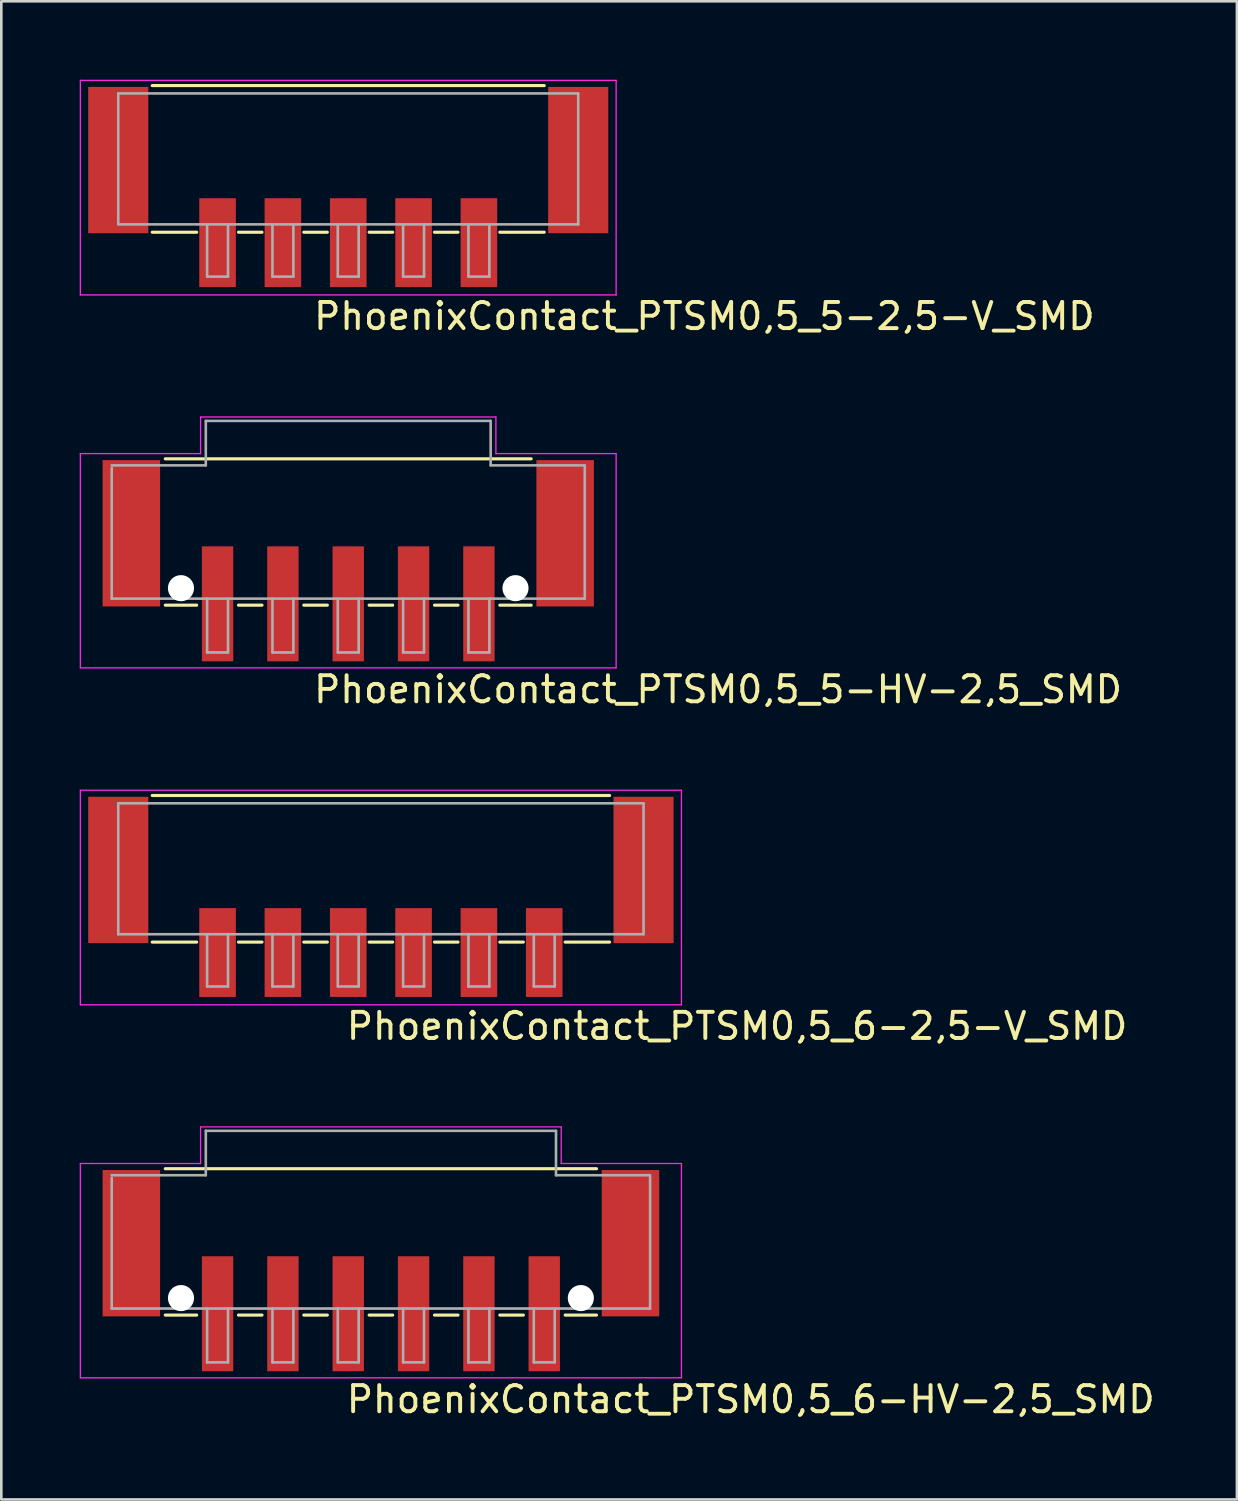
<source format=kicad_pcb>
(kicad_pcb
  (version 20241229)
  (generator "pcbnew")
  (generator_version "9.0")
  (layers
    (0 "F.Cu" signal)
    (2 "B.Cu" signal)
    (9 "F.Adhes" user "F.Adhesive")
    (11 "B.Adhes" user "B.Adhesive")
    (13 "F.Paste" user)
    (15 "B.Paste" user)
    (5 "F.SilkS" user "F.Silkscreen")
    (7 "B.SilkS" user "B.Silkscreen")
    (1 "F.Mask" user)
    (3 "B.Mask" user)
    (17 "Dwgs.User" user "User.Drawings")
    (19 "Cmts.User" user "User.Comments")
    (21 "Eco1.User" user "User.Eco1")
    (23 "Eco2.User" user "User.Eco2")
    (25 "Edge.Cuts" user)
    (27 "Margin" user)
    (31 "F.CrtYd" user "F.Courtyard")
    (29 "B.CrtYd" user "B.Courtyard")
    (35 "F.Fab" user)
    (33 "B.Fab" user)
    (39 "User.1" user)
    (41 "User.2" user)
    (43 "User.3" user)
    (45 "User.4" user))
  (footprint "PhoenixContact_PTSM0,5_5-HV-2,5_SMD"
    (layer "F.Cu")
    (at 10.275 18.706)
    (property "Reference" "PhoenixContact_PTSM0,5_5-HV-2,5_SMD" (at -1.4 5.21 0) (layer "F.SilkS") (effects (font (size 1 1) (thickness 0.15)) (justify left bottom)))
    (attr smd)
    (fp_line (start -7 -4.2) (end 7 -4.2) (stroke (width 0.12) (type solid)) (layer "F.SilkS"))
    (fp_line (start -5.8 1.4) (end -7 1.4) (stroke (width 0.12) (type solid)) (layer "F.SilkS"))
    (fp_line (start -3.3 1.4) (end -4.2 1.4) (stroke (width 0.12) (type solid)) (layer "F.SilkS"))
    (fp_line (start -0.8 1.4) (end -1.7 1.4) (stroke (width 0.12) (type solid)) (layer "F.SilkS"))
    (fp_line (start 1.7 1.4) (end 0.8 1.4) (stroke (width 0.12) (type solid)) (layer "F.SilkS"))
    (fp_line (start 4.2 1.4) (end 3.3 1.4) (stroke (width 0.12) (type solid)) (layer "F.SilkS"))
    (fp_line (start 7 1.4) (end 5.8 1.4) (stroke (width 0.12) (type solid)) (layer "F.SilkS"))
    (fp_line (start -10.25 -4.4) (end -5.65 -4.4) (stroke (width 0.05) (type solid)) (layer "F.CrtYd"))
    (fp_line (start -10.25 3.8) (end -10.25 -4.4) (stroke (width 0.05) (type solid)) (layer "F.CrtYd"))
    (fp_line (start -5.65 -5.8) (end 5.65 -5.8) (stroke (width 0.05) (type solid)) (layer "F.CrtYd"))
    (fp_line (start -5.65 -4.4) (end -5.65 -5.8) (stroke (width 0.05) (type solid)) (layer "F.CrtYd"))
    (fp_line (start 5.65 -4.4) (end 5.65 -5.8) (stroke (width 0.05) (type solid)) (layer "F.CrtYd"))
    (fp_line (start 10.25 -4.4) (end 5.65 -4.4) (stroke (width 0.05) (type solid)) (layer "F.CrtYd"))
    (fp_line (start 10.25 -4.4) (end 10.25 3.8) (stroke (width 0.05) (type solid)) (layer "F.CrtYd"))
    (fp_line (start 10.25 3.8) (end -10.25 3.8) (stroke (width 0.05) (type solid)) (layer "F.CrtYd"))
    (fp_line (start -9.05 -3.95) (end -5.45 -3.95) (stroke (width 0.1) (type solid)) (layer "F.Fab"))
    (fp_line (start -9.05 1.15) (end -9.05 -3.85) (stroke (width 0.1) (type solid)) (layer "F.Fab"))
    (fp_line (start -5.45 -5.65) (end 5.45 -5.65) (stroke (width 0.1) (type solid)) (layer "F.Fab"))
    (fp_line (start -5.45 -3.95) (end -5.45 -5.65) (stroke (width 0.1) (type solid)) (layer "F.Fab"))
    (fp_line (start -5.4 1.15) (end -5.4 3.21) (stroke (width 0.1) (type solid)) (layer "F.Fab"))
    (fp_line (start -5.4 3.21) (end -4.6 3.21) (stroke (width 0.1) (type solid)) (layer "F.Fab"))
    (fp_line (start -4.6 1.15) (end -4.6 3.21) (stroke (width 0.1) (type solid)) (layer "F.Fab"))
    (fp_line (start -2.9 1.15) (end -2.9 3.21) (stroke (width 0.1) (type solid)) (layer "F.Fab"))
    (fp_line (start -2.9 3.21) (end -2.1 3.21) (stroke (width 0.1) (type solid)) (layer "F.Fab"))
    (fp_line (start -2.1 1.15) (end -2.1 3.21) (stroke (width 0.1) (type solid)) (layer "F.Fab"))
    (fp_line (start -0.4 1.15) (end -0.4 3.21) (stroke (width 0.1) (type solid)) (layer "F.Fab"))
    (fp_line (start -0.4 3.21) (end 0.4 3.21) (stroke (width 0.1) (type solid)) (layer "F.Fab"))
    (fp_line (start 0.4 1.15) (end 0.4 3.21) (stroke (width 0.1) (type solid)) (layer "F.Fab"))
    (fp_line (start 2.1 1.15) (end 2.1 3.21) (stroke (width 0.1) (type solid)) (layer "F.Fab"))
    (fp_line (start 2.1 3.21) (end 2.9 3.21) (stroke (width 0.1) (type solid)) (layer "F.Fab"))
    (fp_line (start 2.9 1.15) (end 2.9 3.21) (stroke (width 0.1) (type solid)) (layer "F.Fab"))
    (fp_line (start 4.6 1.15) (end 4.6 3.21) (stroke (width 0.1) (type solid)) (layer "F.Fab"))
    (fp_line (start 4.6 3.21) (end 5.4 3.21) (stroke (width 0.1) (type solid)) (layer "F.Fab"))
    (fp_line (start 5.4 1.15) (end 5.4 3.21) (stroke (width 0.1) (type solid)) (layer "F.Fab"))
    (fp_line (start 5.45 -5.65) (end 5.45 -3.95) (stroke (width 0.1) (type solid)) (layer "F.Fab"))
    (fp_line (start 5.45 -3.95) (end 9.05 -3.95) (stroke (width 0.1) (type solid)) (layer "F.Fab"))
    (fp_line (start 9.05 1.15) (end -9.05 1.15) (stroke (width 0.1) (type solid)) (layer "F.Fab"))
    (fp_line (start 9.05 1.15) (end 9.05 -3.9) (stroke (width 0.1) (type solid)) (layer "F.Fab"))
    (pad "" smd rect (at -8.3 -1.35 180) (size 2.2 5.6) (layers "F.Cu" "F.Mask" "F.Paste"))
    (pad "" np_thru_hole circle (at -6.4 0.75) (size 1 1) (drill 1) (layers "*.Cu" "*.Mask"))
    (pad "" np_thru_hole circle (at 6.4 0.75) (size 1 1) (drill 1) (layers "*.Cu" "*.Mask"))
    (pad "" smd rect (at 8.3 -1.35 180) (size 2.2 5.6) (layers "F.Cu" "F.Mask" "F.Paste"))
    (pad "1" smd rect (at -5 1.35 180) (size 1.2 4.4) (layers "F.Cu" "F.Mask" "F.Paste"))
    (pad "2" smd rect (at -2.5 1.35 180) (size 1.2 4.4) (layers "F.Cu" "F.Mask" "F.Paste"))
    (pad "3" smd rect (at 0 1.35 180) (size 1.2 4.4) (layers "F.Cu" "F.Mask" "F.Paste"))
    (pad "4" smd rect (at 2.5 1.35 180) (size 1.2 4.4) (layers "F.Cu" "F.Mask" "F.Paste"))
    (pad "5" smd rect (at 5 1.35 180) (size 1.2 4.4) (layers "F.Cu" "F.Mask" "F.Paste")))
  (footprint "PhoenixContact_PTSM0,5_5-2,5-V_SMD"
    (layer "F.Cu")
    (at 10.275 4.655)
    (property "Reference" "PhoenixContact_PTSM0,5_5-2,5-V_SMD" (at -1.4 4.98 0) (layer "F.SilkS") (effects (font (size 1 1) (thickness 0.15)) (justify left bottom)))
    (attr smd)
    (fp_line (start -7.5 -4.43) (end 7.5 -4.43) (stroke (width 0.12) (type solid)) (layer "F.SilkS"))
    (fp_line (start -5.8 1.18) (end -7.5 1.18) (stroke (width 0.12) (type solid)) (layer "F.SilkS"))
    (fp_line (start -3.3 1.18) (end -4.2 1.18) (stroke (width 0.12) (type solid)) (layer "F.SilkS"))
    (fp_line (start -0.8 1.18) (end -1.7 1.18) (stroke (width 0.12) (type solid)) (layer "F.SilkS"))
    (fp_line (start 1.7 1.18) (end 0.8 1.18) (stroke (width 0.12) (type solid)) (layer "F.SilkS"))
    (fp_line (start 4.2 1.18) (end 3.3 1.18) (stroke (width 0.12) (type solid)) (layer "F.SilkS"))
    (fp_line (start 7.5 1.18) (end 5.8 1.18) (stroke (width 0.12) (type solid)) (layer "F.SilkS"))
    (fp_line (start -10.25 -4.63) (end 10.25 -4.63) (stroke (width 0.05) (type solid)) (layer "F.CrtYd"))
    (fp_line (start -10.25 3.58) (end -10.25 -4.63) (stroke (width 0.05) (type solid)) (layer "F.CrtYd"))
    (fp_line (start 10.25 -4.63) (end 10.25 3.58) (stroke (width 0.05) (type solid)) (layer "F.CrtYd"))
    (fp_line (start 10.25 3.58) (end -10.25 3.58) (stroke (width 0.05) (type solid)) (layer "F.CrtYd"))
    (fp_line (start -8.8 -4.13) (end 8.8 -4.13) (stroke (width 0.1) (type solid)) (layer "F.Fab"))
    (fp_line (start -8.8 0.88) (end -8.8 -4.13) (stroke (width 0.1) (type solid)) (layer "F.Fab"))
    (fp_line (start -5.4 0.88) (end -5.4 2.88) (stroke (width 0.1) (type solid)) (layer "F.Fab"))
    (fp_line (start -5.4 2.88) (end -4.6 2.88) (stroke (width 0.1) (type solid)) (layer "F.Fab"))
    (fp_line (start -4.6 0.88) (end -4.6 2.88) (stroke (width 0.1) (type solid)) (layer "F.Fab"))
    (fp_line (start -2.9 0.88) (end -2.9 2.88) (stroke (width 0.1) (type solid)) (layer "F.Fab"))
    (fp_line (start -2.9 2.88) (end -2.1 2.88) (stroke (width 0.1) (type solid)) (layer "F.Fab"))
    (fp_line (start -2.1 0.88) (end -2.1 2.88) (stroke (width 0.1) (type solid)) (layer "F.Fab"))
    (fp_line (start -0.4 0.88) (end -0.4 2.88) (stroke (width 0.1) (type solid)) (layer "F.Fab"))
    (fp_line (start -0.4 2.88) (end 0.4 2.88) (stroke (width 0.1) (type solid)) (layer "F.Fab"))
    (fp_line (start 0.4 0.88) (end 0.4 2.88) (stroke (width 0.1) (type solid)) (layer "F.Fab"))
    (fp_line (start 2.1 0.88) (end 2.1 2.88) (stroke (width 0.1) (type solid)) (layer "F.Fab"))
    (fp_line (start 2.1 2.88) (end 2.9 2.88) (stroke (width 0.1) (type solid)) (layer "F.Fab"))
    (fp_line (start 2.9 0.88) (end 2.9 2.88) (stroke (width 0.1) (type solid)) (layer "F.Fab"))
    (fp_line (start 4.6 0.88) (end 4.6 2.88) (stroke (width 0.1) (type solid)) (layer "F.Fab"))
    (fp_line (start 4.6 2.88) (end 5.4 2.88) (stroke (width 0.1) (type solid)) (layer "F.Fab"))
    (fp_line (start 5.4 0.88) (end 5.4 2.88) (stroke (width 0.1) (type solid)) (layer "F.Fab"))
    (fp_line (start 8.8 0.88) (end -8.8 0.88) (stroke (width 0.1) (type solid)) (layer "F.Fab"))
    (fp_line (start 8.8 0.88) (end 8.8 -4.13) (stroke (width 0.1) (type solid)) (layer "F.Fab"))
    (pad "" smd rect (at -8.8 -1.58 180) (size 2.3 5.6) (layers "F.Cu" "F.Mask" "F.Paste"))
    (pad "" smd rect (at 8.8 -1.58 180) (size 2.3 5.6) (layers "F.Cu" "F.Mask" "F.Paste"))
    (pad "1" smd rect (at -5 1.58 180) (size 1.4 3.4) (layers "F.Cu" "F.Mask" "F.Paste"))
    (pad "2" smd rect (at -2.5 1.58 180) (size 1.4 3.4) (layers "F.Cu" "F.Mask" "F.Paste"))
    (pad "3" smd rect (at 0 1.58 180) (size 1.4 3.4) (layers "F.Cu" "F.Mask" "F.Paste"))
    (pad "4" smd rect (at 2.5 1.58 180) (size 1.4 3.4) (layers "F.Cu" "F.Mask" "F.Paste"))
    (pad "5" smd rect (at 5 1.58 180) (size 1.4 3.4) (layers "F.Cu" "F.Mask" "F.Paste")))
  (footprint "PhoenixContact_PTSM0,5_6-HV-2,5_SMD"
    (layer "F.Cu")
    (at 11.525 45.87)
    (property "Reference" "PhoenixContact_PTSM0,5_6-HV-2,5_SMD" (at -1.4 5.21 0) (layer "F.SilkS") (effects (font (size 1 1) (thickness 0.15)) (justify left bottom)))
    (attr smd)
    (fp_line (start -8.25 -4.2) (end 8.25 -4.2) (stroke (width 0.12) (type solid)) (layer "F.SilkS"))
    (fp_line (start -7.05 1.4) (end -8.25 1.4) (stroke (width 0.12) (type solid)) (layer "F.SilkS"))
    (fp_line (start -4.55 1.4) (end -5.45 1.4) (stroke (width 0.12) (type solid)) (layer "F.SilkS"))
    (fp_line (start -2.05 1.4) (end -2.95 1.4) (stroke (width 0.12) (type solid)) (layer "F.SilkS"))
    (fp_line (start 0.45 1.4) (end -0.45 1.4) (stroke (width 0.12) (type solid)) (layer "F.SilkS"))
    (fp_line (start 2.95 1.4) (end 2.05 1.4) (stroke (width 0.12) (type solid)) (layer "F.SilkS"))
    (fp_line (start 5.45 1.4) (end 4.55 1.4) (stroke (width 0.12) (type solid)) (layer "F.SilkS"))
    (fp_line (start 8.25 1.4) (end 7.05 1.4) (stroke (width 0.12) (type solid)) (layer "F.SilkS"))
    (fp_line (start -11.5 -4.4) (end -6.9 -4.4) (stroke (width 0.05) (type solid)) (layer "F.CrtYd"))
    (fp_line (start -11.5 3.8) (end -11.5 -4.4) (stroke (width 0.05) (type solid)) (layer "F.CrtYd"))
    (fp_line (start -6.9 -5.8) (end 6.9 -5.8) (stroke (width 0.05) (type solid)) (layer "F.CrtYd"))
    (fp_line (start -6.9 -4.4) (end -6.9 -5.8) (stroke (width 0.05) (type solid)) (layer "F.CrtYd"))
    (fp_line (start 6.9 -4.4) (end 6.9 -5.8) (stroke (width 0.05) (type solid)) (layer "F.CrtYd"))
    (fp_line (start 11.5 -4.4) (end 6.9 -4.4) (stroke (width 0.05) (type solid)) (layer "F.CrtYd"))
    (fp_line (start 11.5 -4.4) (end 11.5 3.8) (stroke (width 0.05) (type solid)) (layer "F.CrtYd"))
    (fp_line (start 11.5 3.8) (end -11.5 3.8) (stroke (width 0.05) (type solid)) (layer "F.CrtYd"))
    (fp_line (start -10.3 -3.95) (end -6.7 -3.95) (stroke (width 0.1) (type solid)) (layer "F.Fab"))
    (fp_line (start -10.3 1.15) (end -10.3 -3.85) (stroke (width 0.1) (type solid)) (layer "F.Fab"))
    (fp_line (start -6.7 -5.65) (end 6.7 -5.65) (stroke (width 0.1) (type solid)) (layer "F.Fab"))
    (fp_line (start -6.7 -3.95) (end -6.7 -5.65) (stroke (width 0.1) (type solid)) (layer "F.Fab"))
    (fp_line (start -6.65 1.15) (end -6.65 3.21) (stroke (width 0.1) (type solid)) (layer "F.Fab"))
    (fp_line (start -6.65 3.21) (end -5.85 3.21) (stroke (width 0.1) (type solid)) (layer "F.Fab"))
    (fp_line (start -5.85 1.15) (end -5.85 3.21) (stroke (width 0.1) (type solid)) (layer "F.Fab"))
    (fp_line (start -4.15 1.15) (end -4.15 3.21) (stroke (width 0.1) (type solid)) (layer "F.Fab"))
    (fp_line (start -4.15 3.21) (end -3.35 3.21) (stroke (width 0.1) (type solid)) (layer "F.Fab"))
    (fp_line (start -3.35 1.15) (end -3.35 3.21) (stroke (width 0.1) (type solid)) (layer "F.Fab"))
    (fp_line (start -1.65 1.15) (end -1.65 3.21) (stroke (width 0.1) (type solid)) (layer "F.Fab"))
    (fp_line (start -1.65 3.21) (end -0.85 3.21) (stroke (width 0.1) (type solid)) (layer "F.Fab"))
    (fp_line (start -0.85 1.15) (end -0.85 3.21) (stroke (width 0.1) (type solid)) (layer "F.Fab"))
    (fp_line (start 0.85 1.15) (end 0.85 3.21) (stroke (width 0.1) (type solid)) (layer "F.Fab"))
    (fp_line (start 0.85 3.21) (end 1.65 3.21) (stroke (width 0.1) (type solid)) (layer "F.Fab"))
    (fp_line (start 1.65 1.15) (end 1.65 3.21) (stroke (width 0.1) (type solid)) (layer "F.Fab"))
    (fp_line (start 3.35 1.15) (end 3.35 3.21) (stroke (width 0.1) (type solid)) (layer "F.Fab"))
    (fp_line (start 3.35 3.21) (end 4.15 3.21) (stroke (width 0.1) (type solid)) (layer "F.Fab"))
    (fp_line (start 4.15 1.15) (end 4.15 3.21) (stroke (width 0.1) (type solid)) (layer "F.Fab"))
    (fp_line (start 5.85 1.15) (end 5.85 3.21) (stroke (width 0.1) (type solid)) (layer "F.Fab"))
    (fp_line (start 5.85 3.21) (end 6.65 3.21) (stroke (width 0.1) (type solid)) (layer "F.Fab"))
    (fp_line (start 6.65 1.15) (end 6.65 3.21) (stroke (width 0.1) (type solid)) (layer "F.Fab"))
    (fp_line (start 6.7 -5.65) (end 6.7 -3.95) (stroke (width 0.1) (type solid)) (layer "F.Fab"))
    (fp_line (start 6.7 -3.95) (end 10.3 -3.95) (stroke (width 0.1) (type solid)) (layer "F.Fab"))
    (fp_line (start 10.3 1.15) (end -10.3 1.15) (stroke (width 0.1) (type solid)) (layer "F.Fab"))
    (fp_line (start 10.3 1.15) (end 10.3 -3.9) (stroke (width 0.1) (type solid)) (layer "F.Fab"))
    (pad "" smd rect (at -9.55 -1.35 180) (size 2.2 5.6) (layers "F.Cu" "F.Mask" "F.Paste"))
    (pad "" np_thru_hole circle (at -7.65 0.75) (size 1 1) (drill 1) (layers "*.Cu" "*.Mask"))
    (pad "" np_thru_hole circle (at 7.65 0.75) (size 1 1) (drill 1) (layers "*.Cu" "*.Mask"))
    (pad "" smd rect (at 9.55 -1.35 180) (size 2.2 5.6) (layers "F.Cu" "F.Mask" "F.Paste"))
    (pad "1" smd rect (at -6.25 1.35 180) (size 1.2 4.4) (layers "F.Cu" "F.Mask" "F.Paste"))
    (pad "2" smd rect (at -3.75 1.35 180) (size 1.2 4.4) (layers "F.Cu" "F.Mask" "F.Paste"))
    (pad "3" smd rect (at -1.25 1.35 180) (size 1.2 4.4) (layers "F.Cu" "F.Mask" "F.Paste"))
    (pad "4" smd rect (at 1.25 1.35 180) (size 1.2 4.4) (layers "F.Cu" "F.Mask" "F.Paste"))
    (pad "5" smd rect (at 3.75 1.35 180) (size 1.2 4.4) (layers "F.Cu" "F.Mask" "F.Paste"))
    (pad "6" smd rect (at 6.25 1.35 180) (size 1.2 4.4) (layers "F.Cu" "F.Mask" "F.Paste")))
  (footprint "PhoenixContact_PTSM0,5_6-2,5-V_SMD"
    (layer "F.Cu")
    (at 11.525 31.818)
    (property "Reference" "PhoenixContact_PTSM0,5_6-2,5-V_SMD" (at -1.4 4.98 0) (layer "F.SilkS") (effects (font (size 1 1) (thickness 0.15)) (justify left bottom)))
    (attr smd)
    (fp_line (start -8.75 -4.43) (end 8.75 -4.43) (stroke (width 0.12) (type solid)) (layer "F.SilkS"))
    (fp_line (start -7.05 1.18) (end -8.75 1.18) (stroke (width 0.12) (type solid)) (layer "F.SilkS"))
    (fp_line (start -4.55 1.18) (end -5.45 1.18) (stroke (width 0.12) (type solid)) (layer "F.SilkS"))
    (fp_line (start -2.05 1.18) (end -2.95 1.18) (stroke (width 0.12) (type solid)) (layer "F.SilkS"))
    (fp_line (start 0.45 1.18) (end -0.45 1.18) (stroke (width 0.12) (type solid)) (layer "F.SilkS"))
    (fp_line (start 2.95 1.18) (end 2.05 1.18) (stroke (width 0.12) (type solid)) (layer "F.SilkS"))
    (fp_line (start 5.45 1.18) (end 4.55 1.18) (stroke (width 0.12) (type solid)) (layer "F.SilkS"))
    (fp_line (start 8.75 1.18) (end 7.05 1.18) (stroke (width 0.12) (type solid)) (layer "F.SilkS"))
    (fp_line (start -11.5 -4.63) (end 11.5 -4.63) (stroke (width 0.05) (type solid)) (layer "F.CrtYd"))
    (fp_line (start -11.5 3.58) (end -11.5 -4.63) (stroke (width 0.05) (type solid)) (layer "F.CrtYd"))
    (fp_line (start 11.5 -4.63) (end 11.5 3.58) (stroke (width 0.05) (type solid)) (layer "F.CrtYd"))
    (fp_line (start 11.5 3.58) (end -11.5 3.58) (stroke (width 0.05) (type solid)) (layer "F.CrtYd"))
    (fp_line (start -10.05 -4.13) (end 10.05 -4.13) (stroke (width 0.1) (type solid)) (layer "F.Fab"))
    (fp_line (start -10.05 0.88) (end -10.05 -4.13) (stroke (width 0.1) (type solid)) (layer "F.Fab"))
    (fp_line (start -6.65 0.88) (end -6.65 2.88) (stroke (width 0.1) (type solid)) (layer "F.Fab"))
    (fp_line (start -6.65 2.88) (end -5.85 2.88) (stroke (width 0.1) (type solid)) (layer "F.Fab"))
    (fp_line (start -5.85 0.88) (end -5.85 2.88) (stroke (width 0.1) (type solid)) (layer "F.Fab"))
    (fp_line (start -4.15 0.88) (end -4.15 2.88) (stroke (width 0.1) (type solid)) (layer "F.Fab"))
    (fp_line (start -4.15 2.88) (end -3.35 2.88) (stroke (width 0.1) (type solid)) (layer "F.Fab"))
    (fp_line (start -3.35 0.88) (end -3.35 2.88) (stroke (width 0.1) (type solid)) (layer "F.Fab"))
    (fp_line (start -1.65 0.88) (end -1.65 2.88) (stroke (width 0.1) (type solid)) (layer "F.Fab"))
    (fp_line (start -1.65 2.88) (end -0.85 2.88) (stroke (width 0.1) (type solid)) (layer "F.Fab"))
    (fp_line (start -0.85 0.88) (end -0.85 2.88) (stroke (width 0.1) (type solid)) (layer "F.Fab"))
    (fp_line (start 0.85 0.88) (end 0.85 2.88) (stroke (width 0.1) (type solid)) (layer "F.Fab"))
    (fp_line (start 0.85 2.88) (end 1.65 2.88) (stroke (width 0.1) (type solid)) (layer "F.Fab"))
    (fp_line (start 1.65 0.88) (end 1.65 2.88) (stroke (width 0.1) (type solid)) (layer "F.Fab"))
    (fp_line (start 3.35 0.88) (end 3.35 2.88) (stroke (width 0.1) (type solid)) (layer "F.Fab"))
    (fp_line (start 3.35 2.88) (end 4.15 2.88) (stroke (width 0.1) (type solid)) (layer "F.Fab"))
    (fp_line (start 4.15 0.88) (end 4.15 2.88) (stroke (width 0.1) (type solid)) (layer "F.Fab"))
    (fp_line (start 5.85 0.88) (end 5.85 2.88) (stroke (width 0.1) (type solid)) (layer "F.Fab"))
    (fp_line (start 5.85 2.88) (end 6.65 2.88) (stroke (width 0.1) (type solid)) (layer "F.Fab"))
    (fp_line (start 6.65 0.88) (end 6.65 2.88) (stroke (width 0.1) (type solid)) (layer "F.Fab"))
    (fp_line (start 10.05 0.88) (end -10.05 0.88) (stroke (width 0.1) (type solid)) (layer "F.Fab"))
    (fp_line (start 10.05 0.88) (end 10.05 -4.13) (stroke (width 0.1) (type solid)) (layer "F.Fab"))
    (pad "" smd rect (at -10.05 -1.58 180) (size 2.3 5.6) (layers "F.Cu" "F.Mask" "F.Paste"))
    (pad "" smd rect (at 10.05 -1.58 180) (size 2.3 5.6) (layers "F.Cu" "F.Mask" "F.Paste"))
    (pad "1" smd rect (at -6.25 1.58 180) (size 1.4 3.4) (layers "F.Cu" "F.Mask" "F.Paste"))
    (pad "2" smd rect (at -3.75 1.58 180) (size 1.4 3.4) (layers "F.Cu" "F.Mask" "F.Paste"))
    (pad "3" smd rect (at -1.25 1.58 180) (size 1.4 3.4) (layers "F.Cu" "F.Mask" "F.Paste"))
    (pad "4" smd rect (at 1.25 1.58 180) (size 1.4 3.4) (layers "F.Cu" "F.Mask" "F.Paste"))
    (pad "5" smd rect (at 3.75 1.58 180) (size 1.4 3.4) (layers "F.Cu" "F.Mask" "F.Paste"))
    (pad "6" smd rect (at 6.25 1.58 180) (size 1.4 3.4) (layers "F.Cu" "F.Mask" "F.Paste")))
  (gr_rect
    (start -3 -3)
    (end 44.28 54.326)
    (stroke (width 0.1) (type default))
    (fill no)
    (layer "Edge.Cuts")))
</source>
